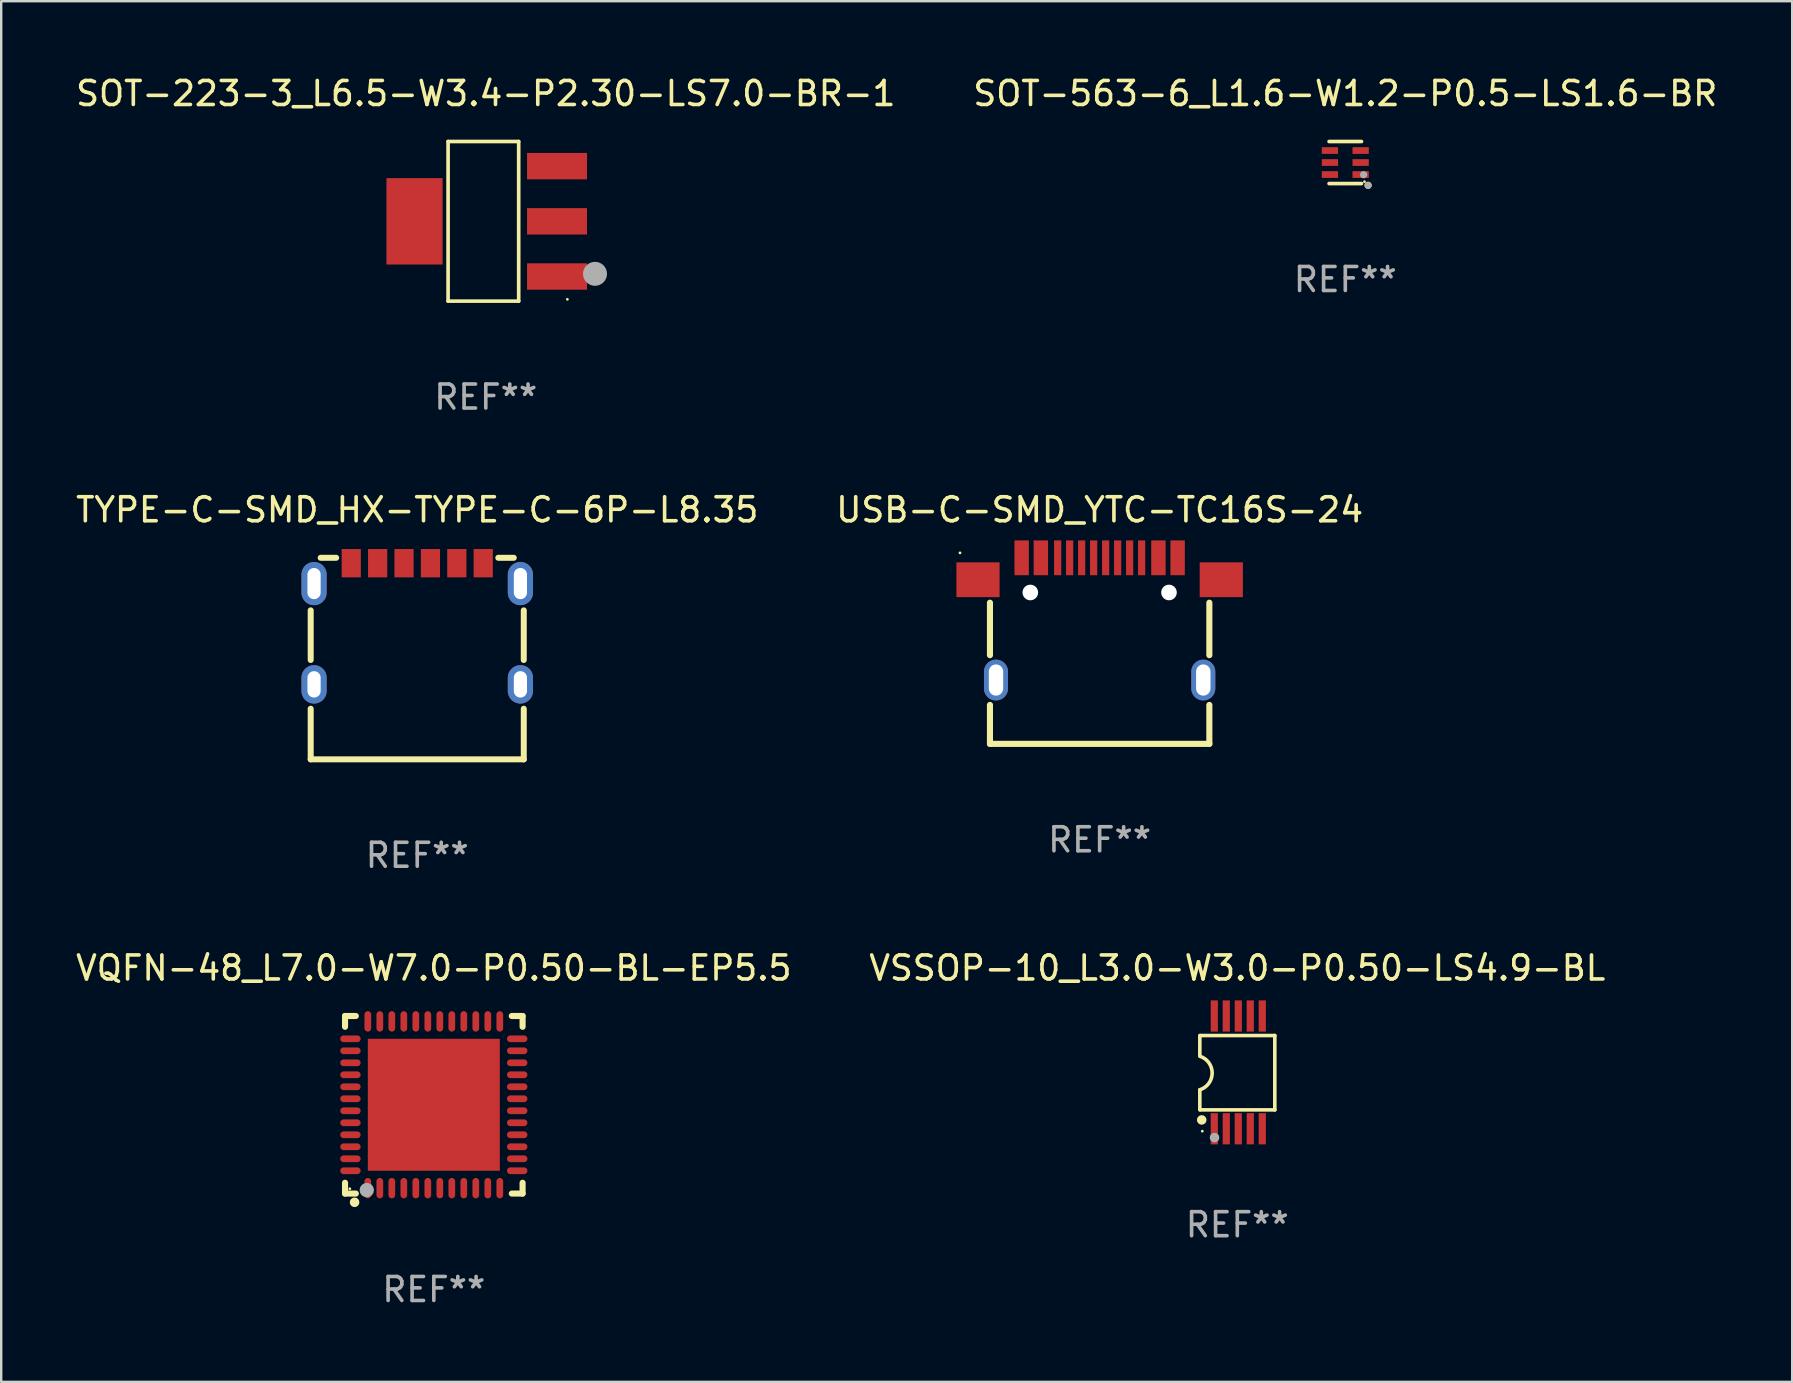
<source format=kicad_pcb>
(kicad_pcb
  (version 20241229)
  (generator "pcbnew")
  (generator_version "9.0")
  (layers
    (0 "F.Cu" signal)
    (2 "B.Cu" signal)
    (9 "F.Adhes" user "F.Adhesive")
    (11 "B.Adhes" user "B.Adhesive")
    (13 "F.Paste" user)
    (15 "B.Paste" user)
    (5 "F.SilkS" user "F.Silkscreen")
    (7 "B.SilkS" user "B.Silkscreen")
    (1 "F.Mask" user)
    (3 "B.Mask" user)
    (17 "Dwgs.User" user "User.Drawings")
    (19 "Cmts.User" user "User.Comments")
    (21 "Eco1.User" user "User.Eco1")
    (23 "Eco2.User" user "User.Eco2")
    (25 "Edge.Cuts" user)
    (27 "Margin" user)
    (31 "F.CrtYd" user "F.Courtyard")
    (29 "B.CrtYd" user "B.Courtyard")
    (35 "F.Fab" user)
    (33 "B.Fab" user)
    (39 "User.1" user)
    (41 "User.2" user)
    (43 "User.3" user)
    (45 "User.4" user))
  (footprint "VQFN-48_L7.0-W7.0-P0.50-BL-EP5.5"
    (layer "F.Cu")
    (at 15.03 42.994)
    (property "Reference" "VQFN-48_L7.0-W7.0-P0.50-BL-EP5.5" (at 0.000102 -5.7 0) (layer "F.SilkS") (effects (font (size 1 1) (thickness 0.15))))
    (attr smd)
    (fp_line (start -3.7 -3.7) (end -3.25 -3.7) (stroke (width 0.254) (type solid)) (layer "F.SilkS"))
    (fp_line (start -3.7 -3.25) (end -3.7 -3.7) (stroke (width 0.254) (type solid)) (layer "F.SilkS"))
    (fp_line (start -3.7 3.7) (end -3.7 3.25) (stroke (width 0.254) (type solid)) (layer "F.SilkS"))
    (fp_line (start -3.25 3.7) (end -3.7 3.7) (stroke (width 0.254) (type solid)) (layer "F.SilkS"))
    (fp_line (start 3.25 3.7) (end 3.7 3.7) (stroke (width 0.254) (type solid)) (layer "F.SilkS"))
    (fp_line (start 3.7 -3.7) (end 3.25 -3.7) (stroke (width 0.254) (type solid)) (layer "F.SilkS"))
    (fp_line (start 3.7 -3.25) (end 3.7 -3.7) (stroke (width 0.254) (type solid)) (layer "F.SilkS"))
    (fp_line (start 3.7 3.7) (end 3.7 3.25) (stroke (width 0.254) (type solid)) (layer "F.SilkS"))
    (fp_circle (center -3.5 3.5) (end -3.47 3.5) (stroke (width 0.06) (type solid)) (fill no) (layer "F.SilkS"))
    (fp_circle (center -3.302 4.064) (end -3.202 4.064) (stroke (width 0.2) (type solid)) (fill no) (layer "F.SilkS"))
    (fp_circle (center -2.794 3.556) (end -2.644 3.556) (stroke (width 0.3) (type solid)) (fill no) (layer "F.Fab"))
    (fp_text user "REF**" (at 0.000102 7.7 0) (layer "F.Fab") (effects (font (size 1 1) (thickness 0.15))))
    (pad "1" smd oval (at -2.75 3.475) (size 0.28 0.85) (layers "F.Cu" "F.Mask" "F.Paste"))
    (pad "2" smd oval (at -2.25 3.475) (size 0.28 0.85) (layers "F.Cu" "F.Mask" "F.Paste"))
    (pad "3" smd oval (at -1.75 3.475) (size 0.28 0.85) (layers "F.Cu" "F.Mask" "F.Paste"))
    (pad "4" smd oval (at -1.25 3.475) (size 0.28 0.85) (layers "F.Cu" "F.Mask" "F.Paste"))
    (pad "5" smd oval (at -0.75 3.475) (size 0.28 0.85) (layers "F.Cu" "F.Mask" "F.Paste"))
    (pad "6" smd oval (at -0.25 3.475) (size 0.28 0.85) (layers "F.Cu" "F.Mask" "F.Paste"))
    (pad "7" smd oval (at 0.25 3.475) (size 0.28 0.85) (layers "F.Cu" "F.Mask" "F.Paste"))
    (pad "8" smd oval (at 0.75 3.475) (size 0.28 0.85) (layers "F.Cu" "F.Mask" "F.Paste"))
    (pad "9" smd oval (at 1.25 3.475) (size 0.28 0.85) (layers "F.Cu" "F.Mask" "F.Paste"))
    (pad "10" smd oval (at 1.75 3.475) (size 0.28 0.85) (layers "F.Cu" "F.Mask" "F.Paste"))
    (pad "11" smd oval (at 2.25 3.475) (size 0.28 0.85) (layers "F.Cu" "F.Mask" "F.Paste"))
    (pad "12" smd oval (at 2.75 3.475) (size 0.28 0.85) (layers "F.Cu" "F.Mask" "F.Paste"))
    (pad "13" smd oval (at 3.475 2.75) (size 0.85 0.28) (layers "F.Cu" "F.Mask" "F.Paste"))
    (pad "14" smd oval (at 3.475 2.25) (size 0.85 0.28) (layers "F.Cu" "F.Mask" "F.Paste"))
    (pad "15" smd oval (at 3.475 1.75) (size 0.85 0.28) (layers "F.Cu" "F.Mask" "F.Paste"))
    (pad "16" smd oval (at 3.475 1.25) (size 0.85 0.28) (layers "F.Cu" "F.Mask" "F.Paste"))
    (pad "17" smd oval (at 3.475 0.75) (size 0.85 0.28) (layers "F.Cu" "F.Mask" "F.Paste"))
    (pad "18" smd oval (at 3.475 0.25) (size 0.85 0.28) (layers "F.Cu" "F.Mask" "F.Paste"))
    (pad "19" smd oval (at 3.475 -0.25) (size 0.85 0.28) (layers "F.Cu" "F.Mask" "F.Paste"))
    (pad "20" smd oval (at 3.475 -0.75) (size 0.85 0.28) (layers "F.Cu" "F.Mask" "F.Paste"))
    (pad "21" smd oval (at 3.475 -1.25) (size 0.85 0.28) (layers "F.Cu" "F.Mask" "F.Paste"))
    (pad "22" smd oval (at 3.475 -1.75) (size 0.85 0.28) (layers "F.Cu" "F.Mask" "F.Paste"))
    (pad "23" smd oval (at 3.475 -2.25) (size 0.85 0.28) (layers "F.Cu" "F.Mask" "F.Paste"))
    (pad "24" smd oval (at 3.475 -2.75) (size 0.85 0.28) (layers "F.Cu" "F.Mask" "F.Paste"))
    (pad "25" smd oval (at 2.75 -3.475) (size 0.28 0.85) (layers "F.Cu" "F.Mask" "F.Paste"))
    (pad "26" smd oval (at 2.25 -3.475) (size 0.28 0.85) (layers "F.Cu" "F.Mask" "F.Paste"))
    (pad "27" smd oval (at 1.75 -3.475) (size 0.28 0.85) (layers "F.Cu" "F.Mask" "F.Paste"))
    (pad "28" smd oval (at 1.25 -3.475) (size 0.28 0.85) (layers "F.Cu" "F.Mask" "F.Paste"))
    (pad "29" smd oval (at 0.75 -3.475) (size 0.28 0.85) (layers "F.Cu" "F.Mask" "F.Paste"))
    (pad "30" smd oval (at 0.25 -3.475) (size 0.28 0.85) (layers "F.Cu" "F.Mask" "F.Paste"))
    (pad "31" smd oval (at -0.25 -3.475) (size 0.28 0.85) (layers "F.Cu" "F.Mask" "F.Paste"))
    (pad "32" smd oval (at -0.75 -3.475) (size 0.28 0.85) (layers "F.Cu" "F.Mask" "F.Paste"))
    (pad "33" smd oval (at -1.25 -3.475) (size 0.28 0.85) (layers "F.Cu" "F.Mask" "F.Paste"))
    (pad "34" smd oval (at -1.75 -3.475) (size 0.28 0.85) (layers "F.Cu" "F.Mask" "F.Paste"))
    (pad "35" smd oval (at -2.25 -3.475) (size 0.28 0.85) (layers "F.Cu" "F.Mask" "F.Paste"))
    (pad "36" smd oval (at -2.75 -3.475) (size 0.28 0.85) (layers "F.Cu" "F.Mask" "F.Paste"))
    (pad "37" smd oval (at -3.475 -2.75) (size 0.85 0.28) (layers "F.Cu" "F.Mask" "F.Paste"))
    (pad "38" smd oval (at -3.475 -2.25) (size 0.85 0.28) (layers "F.Cu" "F.Mask" "F.Paste"))
    (pad "39" smd oval (at -3.475 -1.75) (size 0.85 0.28) (layers "F.Cu" "F.Mask" "F.Paste"))
    (pad "40" smd oval (at -3.475 -1.25) (size 0.85 0.28) (layers "F.Cu" "F.Mask" "F.Paste"))
    (pad "41" smd oval (at -3.475 -0.75) (size 0.85 0.28) (layers "F.Cu" "F.Mask" "F.Paste"))
    (pad "42" smd oval (at -3.475 -0.25) (size 0.85 0.28) (layers "F.Cu" "F.Mask" "F.Paste"))
    (pad "43" smd oval (at -3.475 0.25) (size 0.85 0.28) (layers "F.Cu" "F.Mask" "F.Paste"))
    (pad "44" smd oval (at -3.475 0.75) (size 0.85 0.28) (layers "F.Cu" "F.Mask" "F.Paste"))
    (pad "45" smd oval (at -3.475 1.25) (size 0.85 0.28) (layers "F.Cu" "F.Mask" "F.Paste"))
    (pad "46" smd oval (at -3.475 1.75) (size 0.85 0.28) (layers "F.Cu" "F.Mask" "F.Paste"))
    (pad "47" smd oval (at -3.475 2.25) (size 0.85 0.28) (layers "F.Cu" "F.Mask" "F.Paste"))
    (pad "48" smd oval (at -3.475 2.75) (size 0.85 0.28) (layers "F.Cu" "F.Mask" "F.Paste"))
    (pad "49" smd rect (at 0 0) (size 5.5 5.5) (layers "F.Cu" "F.Mask" "F.Paste")))
  (footprint "USB-C-SMD_YTC-TC16S-24"
    (layer "F.Cu")
    (at 42.78 22.745)
    (property "Reference" "USB-C-SMD_YTC-TC16S-24" (at 0 -4.547 0) (layer "F.SilkS") (effects (font (size 1 1) (thickness 0.15))))
    (attr through_hole)
    (fp_line (start -4.572 -0.676) (end -4.572 1.511) (stroke (width 0.254) (type solid)) (layer "F.SilkS"))
    (fp_line (start -4.572 3.584) (end -4.572 5.207) (stroke (width 0.254) (type solid)) (layer "F.SilkS"))
    (fp_line (start -4.572 5.207) (end 4.572 5.207) (stroke (width 0.254) (type solid)) (layer "F.SilkS"))
    (fp_line (start 4.572 1.511) (end 4.572 -0.676) (stroke (width 0.254) (type solid)) (layer "F.SilkS"))
    (fp_line (start 4.572 5.207) (end 4.572 3.584) (stroke (width 0.254) (type solid)) (layer "F.SilkS"))
    (fp_circle (center -5.82 -2.753) (end -5.79 -2.753) (stroke (width 0.06) (type solid)) (fill no) (layer "F.SilkS"))
    (fp_circle (center -2.89 -1.102) (end -2.763 -1.102) (stroke (width 0.254) (type solid)) (fill no) (layer "F.Fab"))
    (fp_circle (center 2.89 -1.102) (end 3.017 -1.102) (stroke (width 0.254) (type solid)) (fill no) (layer "F.Fab"))
    (fp_text user "REF**" (at 0 9.207 0) (layer "F.Fab") (effects (font (size 1 1) (thickness 0.15))))
    (pad "" np_thru_hole circle (at -2.89 -1.102) (size 0.65 0.65) (drill 0.65) (layers "*.Cu" "*.Mask"))
    (pad "" np_thru_hole circle (at 2.89 -1.102) (size 0.65 0.65) (drill 0.65) (layers "*.Cu" "*.Mask"))
    (pad "12" smd rect (at -5.07 -1.633) (size 1.8 1.45) (layers "F.Cu" "F.Mask" "F.Paste"))
    (pad "13" smd rect (at 5.07 -1.633) (size 1.8 1.45) (layers "F.Cu" "F.Mask" "F.Paste"))
    (pad "14" thru_hole oval (at -4.32 2.547) (size 1 1.7) (drill oval 0.6 1.3) (layers "*.Cu" "*.Mask"))
    (pad "15" thru_hole oval (at 4.32 2.547) (size 1 1.7) (drill oval 0.6 1.3) (layers "*.Cu" "*.Mask"))
    (pad "A1B12" smd rect (at -3.25 -2.547) (size 0.6 1.45) (layers "F.Cu" "F.Mask" "F.Paste"))
    (pad "A4B9" smd rect (at -2.45 -2.547) (size 0.6 1.45) (layers "F.Cu" "F.Mask" "F.Paste"))
    (pad "A5" smd rect (at -1.25 -2.547) (size 0.3 1.45) (layers "F.Cu" "F.Mask" "F.Paste"))
    (pad "A6" smd rect (at -0.25 -2.547) (size 0.3 1.45) (layers "F.Cu" "F.Mask" "F.Paste"))
    (pad "A7" smd rect (at 0.25 -2.547) (size 0.3 1.45) (layers "F.Cu" "F.Mask" "F.Paste"))
    (pad "A8" smd rect (at 1.25 -2.547) (size 0.3 1.45) (layers "F.Cu" "F.Mask" "F.Paste"))
    (pad "A9B4" smd rect (at 2.45 -2.547) (size 0.6 1.45) (layers "F.Cu" "F.Mask" "F.Paste"))
    (pad "A12B1" smd rect (at 3.25 -2.547) (size 0.6 1.45) (layers "F.Cu" "F.Mask" "F.Paste"))
    (pad "B5" smd rect (at 1.75 -2.547) (size 0.3 1.45) (layers "F.Cu" "F.Mask" "F.Paste"))
    (pad "B6" smd rect (at 0.75 -2.547) (size 0.3 1.45) (layers "F.Cu" "F.Mask" "F.Paste"))
    (pad "B7" smd rect (at -0.75 -2.547) (size 0.3 1.45) (layers "F.Cu" "F.Mask" "F.Paste"))
    (pad "B8" smd rect (at -1.75 -2.547) (size 0.3 1.45) (layers "F.Cu" "F.Mask" "F.Paste")))
  (footprint "SOT-223-3_L6.5-W3.4-P2.30-LS7.0-BR-1"
    (layer "F.Cu")
    (at 17.196 6.174)
    (property "Reference" "SOT-223-3_L6.5-W3.4-P2.30-LS7.0-BR-1" (at 0 -5.326 0) (layer "F.SilkS") (effects (font (size 1 1) (thickness 0.15))))
    (attr smd)
    (fp_line (start -1.571 -3.326) (end 1.371 -3.326) (stroke (width 0.152) (type solid)) (layer "F.SilkS"))
    (fp_line (start -1.571 3.326) (end -1.571 -3.326) (stroke (width 0.152) (type solid)) (layer "F.SilkS"))
    (fp_line (start 1.371 -3.326) (end 1.371 3.326) (stroke (width 0.152) (type solid)) (layer "F.SilkS"))
    (fp_line (start 1.371 3.326) (end -1.571 3.326) (stroke (width 0.152) (type solid)) (layer "F.SilkS"))
    (fp_circle (center 3.4 3.25) (end 3.43 3.25) (stroke (width 0.06) (type solid)) (fill no) (layer "F.SilkS"))
    (fp_circle (center 4.552 2.188) (end 4.802 2.188) (stroke (width 0.5) (type solid)) (fill no) (layer "F.Fab"))
    (fp_text user "REF**" (at 0 7.326 0) (layer "F.Fab") (effects (font (size 1 1) (thickness 0.15))))
    (pad "1" smd rect (at 2.97 2.3) (size 2.5 1.1) (layers "F.Cu" "F.Mask" "F.Paste"))
    (pad "2" smd rect (at -2.97 0) (size 2.34 3.6) (layers "F.Cu" "F.Mask" "F.Paste"))
    (pad "2" smd rect (at 2.97 0) (size 2.5 1.1) (layers "F.Cu" "F.Mask" "F.Paste"))
    (pad "3" smd rect (at 2.97 -2.3) (size 2.5 1.1) (layers "F.Cu" "F.Mask" "F.Paste")))
  (footprint "VSSOP-10_L3.0-W3.0-P0.50-LS4.9-BL"
    (layer "F.Cu")
    (at 48.558 41.644)
    (property "Reference" "VSSOP-10_L3.0-W3.0-P0.50-LS4.9-BL" (at -0.041 -4.35 0) (layer "F.SilkS") (effects (font (size 1 1) (thickness 0.15))))
    (attr smd)
    (fp_line (start -1.603 -1.537) (end -1.603 -0.698) (stroke (width 0.15) (type solid)) (layer "F.SilkS"))
    (fp_line (start -1.603 0.724) (end -1.603 1.562) (stroke (width 0.15) (type solid)) (layer "F.SilkS"))
    (fp_line (start -1.578 -1.537) (end 1.522 -1.537) (stroke (width 0.15) (type solid)) (layer "F.SilkS"))
    (fp_line (start -1.578 1.562) (end 1.522 1.562) (stroke (width 0.15) (type solid)) (layer "F.SilkS"))
    (fp_line (start 1.522 1.564) (end 1.522 -1.537) (stroke (width 0.15) (type solid)) (layer "F.SilkS"))
    (fp_arc (start -1.602616 -0.672924) (mid -1.088395 0.025578) (end -1.602617 0.72408) (stroke (width 0.150013) (type solid)) (layer "F.SilkS"))
    (fp_circle (center -1.524 1.981) (end -1.424 1.981) (stroke (width 0.2) (type solid)) (fill no) (layer "F.SilkS"))
    (fp_circle (center -1.5 2.45) (end -1.47 2.45) (stroke (width 0.06) (type solid)) (fill no) (layer "F.SilkS"))
    (fp_circle (center -0.99 2.718) (end -0.89 2.718) (stroke (width 0.2) (type solid)) (fill no) (layer "F.Fab"))
    (fp_text user "REF**" (at -0.041 6.35 0) (layer "F.Fab") (effects (font (size 1 1) (thickness 0.15))))
    (pad "1" smd rect (at -1 2.35) (size 0.3 1.3) (layers "F.Cu" "F.Mask" "F.Paste"))
    (pad "2" smd rect (at -0.5 2.35) (size 0.3 1.3) (layers "F.Cu" "F.Mask" "F.Paste"))
    (pad "3" smd rect (at -0.000127 2.35) (size 0.3 1.3) (layers "F.Cu" "F.Mask" "F.Paste"))
    (pad "4" smd rect (at 0.5 2.35) (size 0.3 1.3) (layers "F.Cu" "F.Mask" "F.Paste"))
    (pad "5" smd rect (at 1 2.35) (size 0.3 1.3) (layers "F.Cu" "F.Mask" "F.Paste"))
    (pad "6" smd rect (at 1 -2.35) (size 0.3 1.3) (layers "F.Cu" "F.Mask" "F.Paste"))
    (pad "7" smd rect (at 0.5 -2.35) (size 0.3 1.3) (layers "F.Cu" "F.Mask" "F.Paste"))
    (pad "8" smd rect (at 0.000127 -2.35) (size 0.3 1.3) (layers "F.Cu" "F.Mask" "F.Paste"))
    (pad "9" smd rect (at -0.5 -2.35) (size 0.3 1.3) (layers "F.Cu" "F.Mask" "F.Paste"))
    (pad "10" smd rect (at -1 -2.35) (size 0.3 1.3) (layers "F.Cu" "F.Mask" "F.Paste")))
  (footprint "SOT-563-6_L1.6-W1.2-P0.5-LS1.6-BR"
    (layer "F.Cu")
    (at 53.018 3.724)
    (property "Reference" "SOT-563-6_L1.6-W1.2-P0.5-LS1.6-BR" (at 0 -2.876 0) (layer "F.SilkS") (effects (font (size 1 1) (thickness 0.15))))
    (attr smd)
    (fp_line (start 0.676 -0.876) (end -0.676 -0.876) (stroke (width 0.152) (type solid)) (layer "F.SilkS"))
    (fp_line (start 0.676 0.876) (end -0.676 0.876) (stroke (width 0.152) (type solid)) (layer "F.SilkS"))
    (fp_circle (center 0.8 0.8) (end 0.83 0.8) (stroke (width 0.06) (type solid)) (fill no) (layer "F.SilkS"))
    (fp_circle (center 0.95 0.95) (end 1.025 0.95) (stroke (width 0.15) (type solid)) (fill no) (layer "F.SilkS"))
    (fp_circle (center 0.762 0.508) (end 0.837 0.508) (stroke (width 0.15) (type solid)) (fill no) (layer "F.Fab"))
    (fp_circle (center 0.95 0.95) (end 1.025 0.95) (stroke (width 0.15) (type solid)) (fill no) (layer "F.Fab"))
    (fp_text user "REF**" (at 0 4.876 0) (layer "F.Fab") (effects (font (size 1 1) (thickness 0.15))))
    (pad "1" smd rect (at 0.64 0.5 90) (size 0.28 0.68) (layers "F.Cu" "F.Mask" "F.Paste"))
    (pad "2" smd rect (at 0.64 0.000102 90) (size 0.28 0.68) (layers "F.Cu" "F.Mask" "F.Paste"))
    (pad "3" smd rect (at 0.64 -0.5 90) (size 0.28 0.68) (layers "F.Cu" "F.Mask" "F.Paste"))
    (pad "4" smd rect (at -0.64 -0.5 90) (size 0.28 0.68) (layers "F.Cu" "F.Mask" "F.Paste"))
    (pad "5" smd rect (at -0.64 0.000102 90) (size 0.28 0.68) (layers "F.Cu" "F.Mask" "F.Paste"))
    (pad "6" smd rect (at -0.64 0.5 90) (size 0.28 0.68) (layers "F.Cu" "F.Mask" "F.Paste")))
  (footprint "TYPE-C-SMD_HX-TYPE-C-6P-L8.35"
    (layer "F.Cu")
    (at 14.339 22.947)
    (property "Reference" "TYPE-C-SMD_HX-TYPE-C-6P-L8.35" (at 0 -4.75 0) (layer "F.SilkS") (effects (font (size 1 1) (thickness 0.15))))
    (attr through_hole)
    (fp_line (start -4.44 1.509) (end -4.44 -0.559) (stroke (width 0.25) (type solid)) (layer "F.SilkS"))
    (fp_line (start -4.44 5.65) (end -4.44 3.541) (stroke (width 0.25) (type solid)) (layer "F.SilkS"))
    (fp_line (start -4.44 5.65) (end 4.44 5.65) (stroke (width 0.25) (type solid)) (layer "F.SilkS"))
    (fp_line (start -3.379 -2.75) (end -4.024 -2.75) (stroke (width 0.25) (type solid)) (layer "F.SilkS"))
    (fp_line (start 4.024 -2.75) (end 3.379 -2.75) (stroke (width 0.25) (type solid)) (layer "F.SilkS"))
    (fp_line (start 4.44 1.509) (end 4.44 -0.559) (stroke (width 0.25) (type solid)) (layer "F.SilkS"))
    (fp_line (start 4.44 5.65) (end 4.44 3.541) (stroke (width 0.25) (type solid)) (layer "F.SilkS"))
    (fp_text user "REF**" (at 0 9.65 0) (layer "F.Fab") (effects (font (size 1 1) (thickness 0.15))))
    (pad "7" thru_hole oval (at -4.3 -1.675) (size 1.05 1.8) (drill oval 0.55 1.3) (layers "*.Cu" "*.Mask"))
    (pad "8" thru_hole oval (at -4.3 2.525) (size 1.05 1.6) (drill oval 0.55 1.1) (layers "*.Cu" "*.Mask"))
    (pad "9" thru_hole oval (at 4.3 2.525) (size 1.05 1.6) (drill oval 0.55 1.1) (layers "*.Cu" "*.Mask"))
    (pad "10" thru_hole oval (at 4.3 -1.675) (size 1.05 1.8) (drill oval 0.55 1.3) (layers "*.Cu" "*.Mask"))
    (pad "A5" smd rect (at 0.55 -2.525) (size 0.8 1.18) (layers "F.Cu" "F.Mask" "F.Paste"))
    (pad "A9" smd rect (at -1.65 -2.525) (size 0.8 1.18) (layers "F.Cu" "F.Mask" "F.Paste"))
    (pad "A12" smd rect (at -2.75 -2.525) (size 0.8 1.18) (layers "F.Cu" "F.Mask" "F.Paste"))
    (pad "B5" smd rect (at -0.55 -2.525) (size 0.8 1.18) (layers "F.Cu" "F.Mask" "F.Paste"))
    (pad "B9" smd rect (at 1.65 -2.525) (size 0.8 1.18) (layers "F.Cu" "F.Mask" "F.Paste"))
    (pad "B12" smd rect (at 2.75 -2.525) (size 0.8 1.18) (layers "F.Cu" "F.Mask" "F.Paste")))
  (gr_rect
    (start -3 -3)
    (end 71.643 54.542)
    (stroke (width 0.1) (type default))
    (fill no)
    (layer "Edge.Cuts")))
</source>
